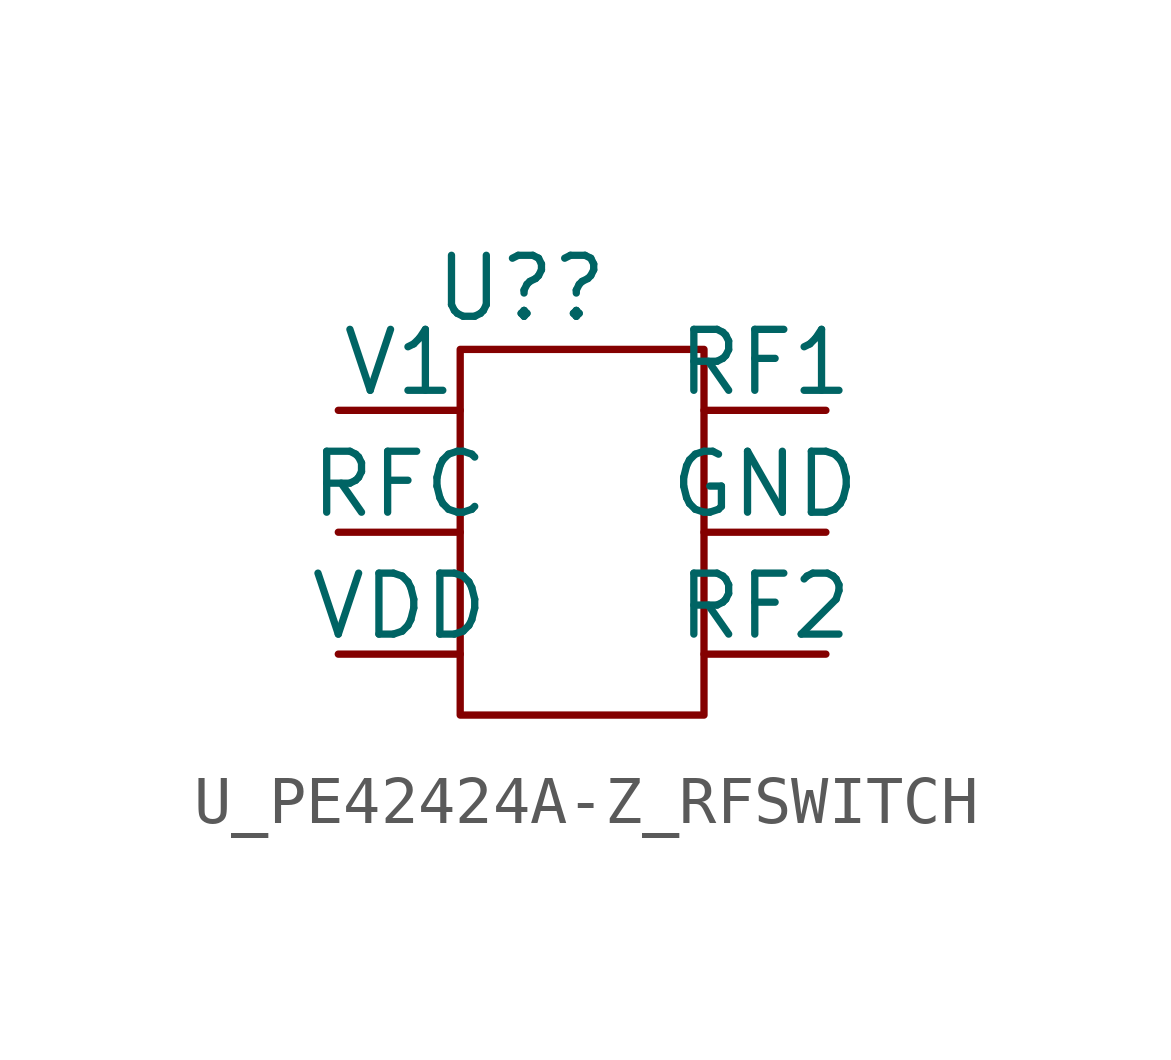
<source format=kicad_sym>
(kicad_symbol_lib
  (version 20220914)
  (generator kicad_symbol_editor)
  (symbol "U_PE42424A-Z_RFSWITCH"
    (pin_numbers hide)
    (pin_names
      (offset 0))
    (property "Reference" "U?"
      (at -1.27 5.08 0)
      (effects (font (size 1.27 1.27))))
    (symbol "U_PE42424A-Z_RFSWITCH_0_1"
      (rectangle (start -2.54 3.81) (end 2.54 -3.81) (stroke (width 0) (type solid)) (fill (type none))))
    (symbol "U_PE42424A-Z_RFSWITCH_1_1"
      (pin input line (at -5.08 2.54 0) (length 2.54) (name "V1" (effects (font (size 1.27 1.27)))) (number "1" (effects (font (size 1.27 1.27)))))
      (pin input line (at -5.08 0 0) (length 2.54) (name "RFC" (effects (font (size 1.27 1.27)))) (number "2" (effects (font (size 1.27 1.27)))))
      (pin input line (at -5.08 -2.54 0) (length 2.54) (name "VDD" (effects (font (size 1.27 1.27)))) (number "3" (effects (font (size 1.27 1.27)))))
      (pin input line (at 5.08 -2.54 180) (length 2.54) (name "RF2" (effects (font (size 1.27 1.27)))) (number "4" (effects (font (size 1.27 1.27)))))
      (pin input line (at 5.08 0 180) (length 2.54) (name "GND" (effects (font (size 1.27 1.27)))) (number "5" (effects (font (size 1.27 1.27)))))
      (pin input line (at 5.08 2.54 180) (length 2.54) (name "RF1" (effects (font (size 1.27 1.27)))) (number "6" (effects (font (size 1.27 1.27))))))))
</source>
